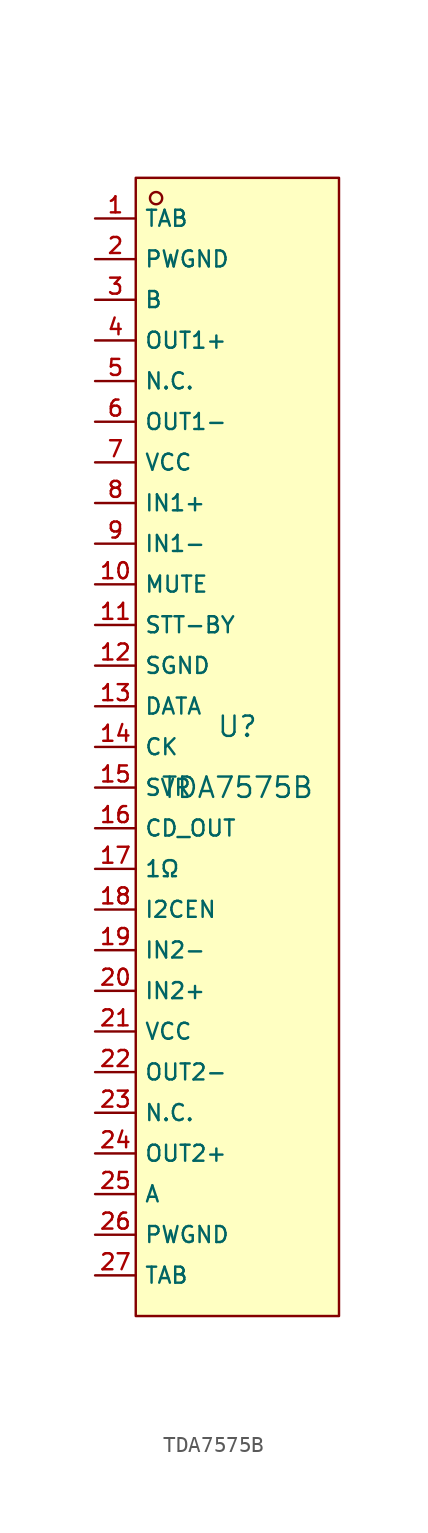
<source format=kicad_sym>
(kicad_symbol_lib
  (version 20210201)
  (generator TousstNicolas/JLC2KiCad_lib)
  (symbol "TDA7575B"
    (property "Reference" "U"
      (at 0 1.27 0)
      (effects (font (size 1.27 1.27))))
    (property "Value" "TDA7575B"
      (at 0 -2.54 0)
      (effects (font (size 1.27 1.27))))
    (symbol "TDA7575B_0_1"
      (rectangle (start -6.35 35.56) (end 6.35 -35.56) (stroke (width 0) (type default) (color 0 0 0 0)) (fill (type background)))
      (circle (center -5.08 34.29) (radius 0.381) (stroke (width 0) (type default) (color 0 0 0 0)) (fill (type background)))
      (pin unspecified line (at -8.89 33.02 0) (length 2.54) (name "TAB" (effects (font (size 1 1)))) (number "1" (effects (font (size 1 1)))))
      (pin unspecified line (at -8.89 30.48 0) (length 2.54) (name "PWGND" (effects (font (size 1 1)))) (number "2" (effects (font (size 1 1)))))
      (pin unspecified line (at -8.89 27.94 0) (length 2.54) (name "B" (effects (font (size 1 1)))) (number "3" (effects (font (size 1 1)))))
      (pin unspecified line (at -8.89 25.4 0) (length 2.54) (name "OUT1+" (effects (font (size 1 1)))) (number "4" (effects (font (size 1 1)))))
      (pin unspecified line (at -8.89 22.86 0) (length 2.54) (name "N.C." (effects (font (size 1 1)))) (number "5" (effects (font (size 1 1)))))
      (pin unspecified line (at -8.89 20.32 0) (length 2.54) (name "OUT1-" (effects (font (size 1 1)))) (number "6" (effects (font (size 1 1)))))
      (pin unspecified line (at -8.89 17.78 0) (length 2.54) (name "VCC" (effects (font (size 1 1)))) (number "7" (effects (font (size 1 1)))))
      (pin unspecified line (at -8.89 15.24 0) (length 2.54) (name "IN1+" (effects (font (size 1 1)))) (number "8" (effects (font (size 1 1)))))
      (pin unspecified line (at -8.89 12.7 0) (length 2.54) (name "IN1-" (effects (font (size 1 1)))) (number "9" (effects (font (size 1 1)))))
      (pin unspecified line (at -8.89 10.16 0) (length 2.54) (name "MUTE" (effects (font (size 1 1)))) (number "10" (effects (font (size 1 1)))))
      (pin unspecified line (at -8.89 7.62 0) (length 2.54) (name "STT-BY" (effects (font (size 1 1)))) (number "11" (effects (font (size 1 1)))))
      (pin unspecified line (at -8.89 5.08 0) (length 2.54) (name "SGND" (effects (font (size 1 1)))) (number "12" (effects (font (size 1 1)))))
      (pin unspecified line (at -8.89 2.54 0) (length 2.54) (name "DATA" (effects (font (size 1 1)))) (number "13" (effects (font (size 1 1)))))
      (pin unspecified line (at -8.89 -0.0 0) (length 2.54) (name "CK" (effects (font (size 1 1)))) (number "14" (effects (font (size 1 1)))))
      (pin unspecified line (at -8.89 -2.54 0) (length 2.54) (name "SVR" (effects (font (size 1 1)))) (number "15" (effects (font (size 1 1)))))
      (pin unspecified line (at -8.89 -5.08 0) (length 2.54) (name "CD_OUT" (effects (font (size 1 1)))) (number "16" (effects (font (size 1 1)))))
      (pin unspecified line (at -8.89 -7.62 0) (length 2.54) (name "1Ω" (effects (font (size 1 1)))) (number "17" (effects (font (size 1 1)))))
      (pin unspecified line (at -8.89 -10.16 0) (length 2.54) (name "I2CEN" (effects (font (size 1 1)))) (number "18" (effects (font (size 1 1)))))
      (pin unspecified line (at -8.89 -12.7 0) (length 2.54) (name "IN2-" (effects (font (size 1 1)))) (number "19" (effects (font (size 1 1)))))
      (pin unspecified line (at -8.89 -15.24 0) (length 2.54) (name "IN2+" (effects (font (size 1 1)))) (number "20" (effects (font (size 1 1)))))
      (pin unspecified line (at -8.89 -17.78 0) (length 2.54) (name "VCC" (effects (font (size 1 1)))) (number "21" (effects (font (size 1 1)))))
      (pin unspecified line (at -8.89 -20.32 0) (length 2.54) (name "OUT2-" (effects (font (size 1 1)))) (number "22" (effects (font (size 1 1)))))
      (pin unspecified line (at -8.89 -22.86 0) (length 2.54) (name "N.C." (effects (font (size 1 1)))) (number "23" (effects (font (size 1 1)))))
      (pin unspecified line (at -8.89 -25.4 0) (length 2.54) (name "OUT2+" (effects (font (size 1 1)))) (number "24" (effects (font (size 1 1)))))
      (pin unspecified line (at -8.89 -27.94 0) (length 2.54) (name "A" (effects (font (size 1 1)))) (number "25" (effects (font (size 1 1)))))
      (pin unspecified line (at -8.89 -30.48 0) (length 2.54) (name "PWGND" (effects (font (size 1 1)))) (number "26" (effects (font (size 1 1)))))
      (pin unspecified line (at -8.89 -33.02 0) (length 2.54) (name "TAB" (effects (font (size 1 1)))) (number "27" (effects (font (size 1 1))))))))
</source>
